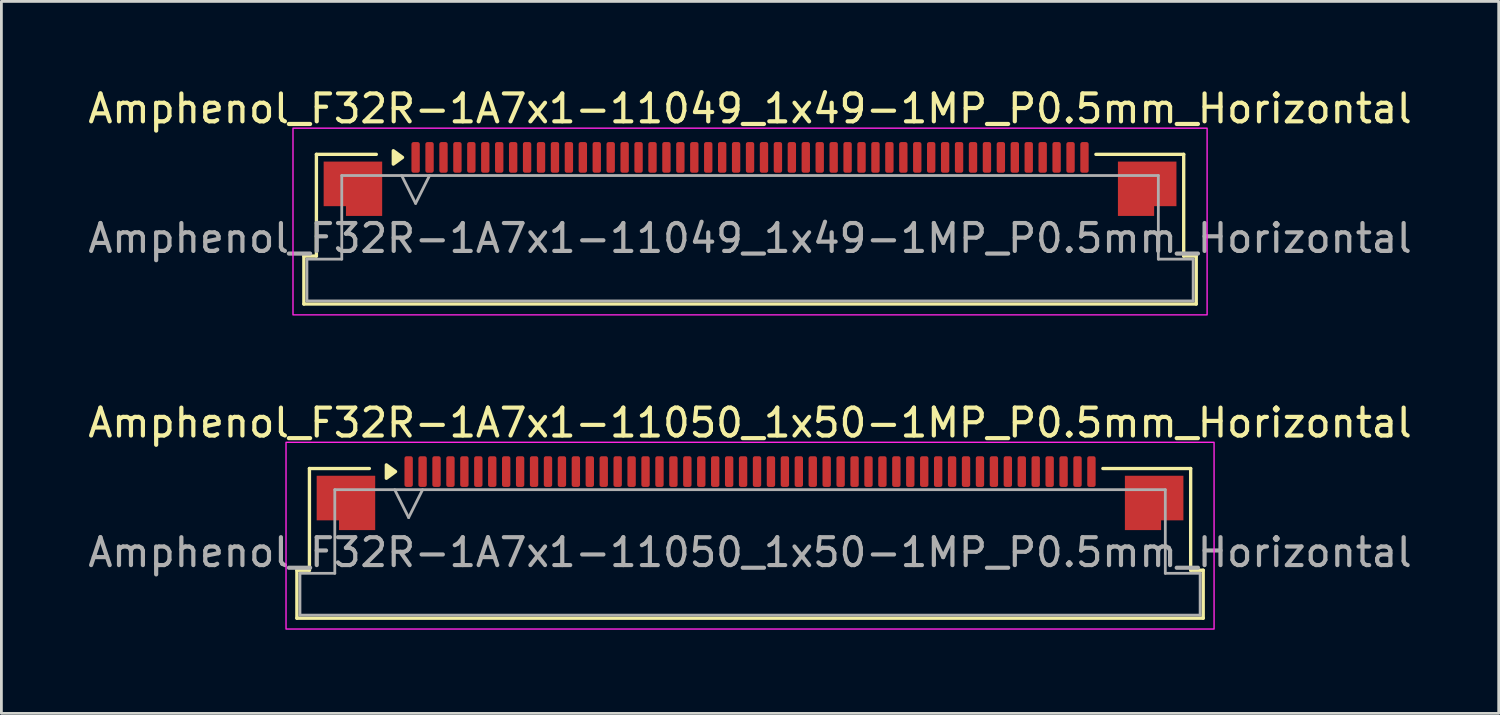
<source format=kicad_pcb>
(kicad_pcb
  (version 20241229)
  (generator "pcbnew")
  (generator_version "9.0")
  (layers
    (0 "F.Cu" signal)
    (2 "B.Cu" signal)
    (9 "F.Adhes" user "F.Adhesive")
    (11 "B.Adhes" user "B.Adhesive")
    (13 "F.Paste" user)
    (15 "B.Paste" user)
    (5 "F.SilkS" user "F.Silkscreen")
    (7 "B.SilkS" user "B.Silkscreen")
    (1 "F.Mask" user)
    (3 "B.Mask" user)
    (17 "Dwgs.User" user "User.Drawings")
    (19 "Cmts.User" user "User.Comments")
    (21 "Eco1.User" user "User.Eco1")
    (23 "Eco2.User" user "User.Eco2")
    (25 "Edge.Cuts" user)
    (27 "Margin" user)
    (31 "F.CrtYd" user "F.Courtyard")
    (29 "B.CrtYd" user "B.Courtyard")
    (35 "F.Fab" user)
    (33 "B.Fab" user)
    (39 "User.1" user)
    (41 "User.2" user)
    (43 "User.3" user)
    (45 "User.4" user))
  (footprint "Amphenol_F32R-1A7x1-11049_1x49-1MP_P0.5mm_Horizontal"
    (layer "F.Cu")
    (at 23.863 5.498)
    (property "Reference" "Amphenol_F32R-1A7x1-11049_1x49-1MP_P0.5mm_Horizontal" (at 0 -4.65 0) (layer "F.SilkS") (effects (font (size 1 1) (thickness 0.15))))
    (attr smd)
    (fp_line (start -16.01 0.64) (end -15.56 0.64) (stroke (width 0.12) (type solid)) (layer "F.SilkS"))
    (fp_line (start -16.01 2.36) (end -16.01 0.64) (stroke (width 0.12) (type solid)) (layer "F.SilkS"))
    (fp_line (start -15.56 -3.01) (end -13.41 -3.01) (stroke (width 0.12) (type solid)) (layer "F.SilkS"))
    (fp_line (start -15.56 0.64) (end -15.56 -3.01) (stroke (width 0.12) (type solid)) (layer "F.SilkS"))
    (fp_line (start 12.41 -3.01) (end 15.56 -3.01) (stroke (width 0.12) (type solid)) (layer "F.SilkS"))
    (fp_line (start 15.56 -3.01) (end 15.56 0.64) (stroke (width 0.12) (type solid)) (layer "F.SilkS"))
    (fp_line (start 15.56 0.64) (end 16.01 0.64) (stroke (width 0.12) (type solid)) (layer "F.SilkS"))
    (fp_line (start 16.01 0.64) (end 16.01 2.36) (stroke (width 0.12) (type solid)) (layer "F.SilkS"))
    (fp_line (start 16.01 2.36) (end -16.01 2.36) (stroke (width 0.12) (type solid)) (layer "F.SilkS"))
    (fp_poly (pts (xy -12.47 -2.9) (xy -12.8 -2.66) (xy -12.8 -3.14)) (stroke (width 0.12) (type solid)) (fill yes) (layer "F.SilkS"))
    (fp_rect (start -16.4 -3.95) (end 16.4 2.75) (stroke (width 0.05) (type solid)) (fill no) (layer "F.CrtYd"))
    (fp_line (start -15.9 0.75) (end -14.65 0.75) (stroke (width 0.1) (type solid)) (layer "F.Fab"))
    (fp_line (start -15.9 2.25) (end -15.9 0.75) (stroke (width 0.1) (type solid)) (layer "F.Fab"))
    (fp_line (start -14.65 -2.25) (end 14.65 -2.25) (stroke (width 0.1) (type solid)) (layer "F.Fab"))
    (fp_line (start -14.65 0.75) (end -14.65 -2.25) (stroke (width 0.1) (type solid)) (layer "F.Fab"))
    (fp_line (start -12.5 -2.25) (end -12 -1.25) (stroke (width 0.1) (type solid)) (layer "F.Fab"))
    (fp_line (start -12 -1.25) (end -11.5 -2.25) (stroke (width 0.1) (type solid)) (layer "F.Fab"))
    (fp_line (start 14.65 -2.25) (end 14.65 0.75) (stroke (width 0.1) (type solid)) (layer "F.Fab"))
    (fp_line (start 14.65 0.75) (end 15.9 0.75) (stroke (width 0.1) (type solid)) (layer "F.Fab"))
    (fp_line (start 15.9 0.75) (end 15.9 2.25) (stroke (width 0.1) (type solid)) (layer "F.Fab"))
    (fp_line (start 15.9 2.25) (end -15.9 2.25) (stroke (width 0.1) (type solid)) (layer "F.Fab"))
    (fp_text user "${REFERENCE}" (at 0 0 0) (layer "F.Fab") (effects (font (size 1 1) (thickness 0.15))))
    (pad "1" smd roundrect (at -12 -2.9) (size 0.3 1.1) (layers "F.Cu" "F.Mask" "F.Paste") (roundrect_rratio 0.25))
    (pad "2" smd roundrect (at -11.5 -2.9) (size 0.3 1.1) (layers "F.Cu" "F.Mask" "F.Paste") (roundrect_rratio 0.25))
    (pad "3" smd roundrect (at -11 -2.9) (size 0.3 1.1) (layers "F.Cu" "F.Mask" "F.Paste") (roundrect_rratio 0.25))
    (pad "4" smd roundrect (at -10.5 -2.9) (size 0.3 1.1) (layers "F.Cu" "F.Mask" "F.Paste") (roundrect_rratio 0.25))
    (pad "5" smd roundrect (at -10 -2.9) (size 0.3 1.1) (layers "F.Cu" "F.Mask" "F.Paste") (roundrect_rratio 0.25))
    (pad "6" smd roundrect (at -9.5 -2.9) (size 0.3 1.1) (layers "F.Cu" "F.Mask" "F.Paste") (roundrect_rratio 0.25))
    (pad "7" smd roundrect (at -9 -2.9) (size 0.3 1.1) (layers "F.Cu" "F.Mask" "F.Paste") (roundrect_rratio 0.25))
    (pad "8" smd roundrect (at -8.5 -2.9) (size 0.3 1.1) (layers "F.Cu" "F.Mask" "F.Paste") (roundrect_rratio 0.25))
    (pad "9" smd roundrect (at -8 -2.9) (size 0.3 1.1) (layers "F.Cu" "F.Mask" "F.Paste") (roundrect_rratio 0.25))
    (pad "10" smd roundrect (at -7.5 -2.9) (size 0.3 1.1) (layers "F.Cu" "F.Mask" "F.Paste") (roundrect_rratio 0.25))
    (pad "11" smd roundrect (at -7 -2.9) (size 0.3 1.1) (layers "F.Cu" "F.Mask" "F.Paste") (roundrect_rratio 0.25))
    (pad "12" smd roundrect (at -6.5 -2.9) (size 0.3 1.1) (layers "F.Cu" "F.Mask" "F.Paste") (roundrect_rratio 0.25))
    (pad "13" smd roundrect (at -6 -2.9) (size 0.3 1.1) (layers "F.Cu" "F.Mask" "F.Paste") (roundrect_rratio 0.25))
    (pad "14" smd roundrect (at -5.5 -2.9) (size 0.3 1.1) (layers "F.Cu" "F.Mask" "F.Paste") (roundrect_rratio 0.25))
    (pad "15" smd roundrect (at -5 -2.9) (size 0.3 1.1) (layers "F.Cu" "F.Mask" "F.Paste") (roundrect_rratio 0.25))
    (pad "16" smd roundrect (at -4.5 -2.9) (size 0.3 1.1) (layers "F.Cu" "F.Mask" "F.Paste") (roundrect_rratio 0.25))
    (pad "17" smd roundrect (at -4 -2.9) (size 0.3 1.1) (layers "F.Cu" "F.Mask" "F.Paste") (roundrect_rratio 0.25))
    (pad "18" smd roundrect (at -3.5 -2.9) (size 0.3 1.1) (layers "F.Cu" "F.Mask" "F.Paste") (roundrect_rratio 0.25))
    (pad "19" smd roundrect (at -3 -2.9) (size 0.3 1.1) (layers "F.Cu" "F.Mask" "F.Paste") (roundrect_rratio 0.25))
    (pad "20" smd roundrect (at -2.5 -2.9) (size 0.3 1.1) (layers "F.Cu" "F.Mask" "F.Paste") (roundrect_rratio 0.25))
    (pad "21" smd roundrect (at -2 -2.9) (size 0.3 1.1) (layers "F.Cu" "F.Mask" "F.Paste") (roundrect_rratio 0.25))
    (pad "22" smd roundrect (at -1.5 -2.9) (size 0.3 1.1) (layers "F.Cu" "F.Mask" "F.Paste") (roundrect_rratio 0.25))
    (pad "23" smd roundrect (at -1 -2.9) (size 0.3 1.1) (layers "F.Cu" "F.Mask" "F.Paste") (roundrect_rratio 0.25))
    (pad "24" smd roundrect (at -0.5 -2.9) (size 0.3 1.1) (layers "F.Cu" "F.Mask" "F.Paste") (roundrect_rratio 0.25))
    (pad "25" smd roundrect (at 0 -2.9) (size 0.3 1.1) (layers "F.Cu" "F.Mask" "F.Paste") (roundrect_rratio 0.25))
    (pad "26" smd roundrect (at 0.5 -2.9) (size 0.3 1.1) (layers "F.Cu" "F.Mask" "F.Paste") (roundrect_rratio 0.25))
    (pad "27" smd roundrect (at 1 -2.9) (size 0.3 1.1) (layers "F.Cu" "F.Mask" "F.Paste") (roundrect_rratio 0.25))
    (pad "28" smd roundrect (at 1.5 -2.9) (size 0.3 1.1) (layers "F.Cu" "F.Mask" "F.Paste") (roundrect_rratio 0.25))
    (pad "29" smd roundrect (at 2 -2.9) (size 0.3 1.1) (layers "F.Cu" "F.Mask" "F.Paste") (roundrect_rratio 0.25))
    (pad "30" smd roundrect (at 2.5 -2.9) (size 0.3 1.1) (layers "F.Cu" "F.Mask" "F.Paste") (roundrect_rratio 0.25))
    (pad "31" smd roundrect (at 3 -2.9) (size 0.3 1.1) (layers "F.Cu" "F.Mask" "F.Paste") (roundrect_rratio 0.25))
    (pad "32" smd roundrect (at 3.5 -2.9) (size 0.3 1.1) (layers "F.Cu" "F.Mask" "F.Paste") (roundrect_rratio 0.25))
    (pad "33" smd roundrect (at 4 -2.9) (size 0.3 1.1) (layers "F.Cu" "F.Mask" "F.Paste") (roundrect_rratio 0.25))
    (pad "34" smd roundrect (at 4.5 -2.9) (size 0.3 1.1) (layers "F.Cu" "F.Mask" "F.Paste") (roundrect_rratio 0.25))
    (pad "35" smd roundrect (at 5 -2.9) (size 0.3 1.1) (layers "F.Cu" "F.Mask" "F.Paste") (roundrect_rratio 0.25))
    (pad "36" smd roundrect (at 5.5 -2.9) (size 0.3 1.1) (layers "F.Cu" "F.Mask" "F.Paste") (roundrect_rratio 0.25))
    (pad "37" smd roundrect (at 6 -2.9) (size 0.3 1.1) (layers "F.Cu" "F.Mask" "F.Paste") (roundrect_rratio 0.25))
    (pad "38" smd roundrect (at 6.5 -2.9) (size 0.3 1.1) (layers "F.Cu" "F.Mask" "F.Paste") (roundrect_rratio 0.25))
    (pad "39" smd roundrect (at 7 -2.9) (size 0.3 1.1) (layers "F.Cu" "F.Mask" "F.Paste") (roundrect_rratio 0.25))
    (pad "40" smd roundrect (at 7.5 -2.9) (size 0.3 1.1) (layers "F.Cu" "F.Mask" "F.Paste") (roundrect_rratio 0.25))
    (pad "41" smd roundrect (at 8 -2.9) (size 0.3 1.1) (layers "F.Cu" "F.Mask" "F.Paste") (roundrect_rratio 0.25))
    (pad "42" smd roundrect (at 8.5 -2.9) (size 0.3 1.1) (layers "F.Cu" "F.Mask" "F.Paste") (roundrect_rratio 0.25))
    (pad "43" smd roundrect (at 9 -2.9) (size 0.3 1.1) (layers "F.Cu" "F.Mask" "F.Paste") (roundrect_rratio 0.25))
    (pad "44" smd roundrect (at 9.5 -2.9) (size 0.3 1.1) (layers "F.Cu" "F.Mask" "F.Paste") (roundrect_rratio 0.25))
    (pad "45" smd roundrect (at 10 -2.9) (size 0.3 1.1) (layers "F.Cu" "F.Mask" "F.Paste") (roundrect_rratio 0.25))
    (pad "46" smd roundrect (at 10.5 -2.9) (size 0.3 1.1) (layers "F.Cu" "F.Mask" "F.Paste") (roundrect_rratio 0.25))
    (pad "47" smd roundrect (at 11 -2.9) (size 0.3 1.1) (layers "F.Cu" "F.Mask" "F.Paste") (roundrect_rratio 0.25))
    (pad "48" smd roundrect (at 11.5 -2.9) (size 0.3 1.1) (layers "F.Cu" "F.Mask" "F.Paste") (roundrect_rratio 0.25))
    (pad "49" smd roundrect (at 12 -2.9) (size 0.3 1.1) (layers "F.Cu" "F.Mask" "F.Paste") (roundrect_rratio 0.25))
    (pad "MP" smd custom (at -14.25 -1.775) (size 1 1) (layers "F.Cu" "F.Mask" "F.Paste") (options (anchor circle)) (primitives (gr_poly (pts (xy 1.05 -0.975) (xy 1.05 0.975) (xy -0.25 0.975) (xy -0.25 0.625) (xy -1.05 0.625) (xy -1.05 -0.975)) (width 0) (fill yes))))
    (pad "MP" smd custom (at 14.25 -1.775) (size 1 1) (layers "F.Cu" "F.Mask" "F.Paste") (options (anchor circle)) (primitives (gr_poly (pts (xy -1.05 -0.975) (xy -1.05 0.975) (xy 0.25 0.975) (xy 0.25 0.625) (xy 1.05 0.625) (xy 1.05 -0.975)) (width 0) (fill yes)))))
  (footprint "Amphenol_F32R-1A7x1-11050_1x50-1MP_P0.5mm_Horizontal"
    (layer "F.Cu")
    (at 23.863 16.771)
    (property "Reference" "Amphenol_F32R-1A7x1-11050_1x50-1MP_P0.5mm_Horizontal" (at 0 -4.65 0) (layer "F.SilkS") (effects (font (size 1 1) (thickness 0.15))))
    (attr smd)
    (fp_line (start -16.26 0.64) (end -15.81 0.64) (stroke (width 0.12) (type solid)) (layer "F.SilkS"))
    (fp_line (start -16.26 2.36) (end -16.26 0.64) (stroke (width 0.12) (type solid)) (layer "F.SilkS"))
    (fp_line (start -15.81 -3.01) (end -13.66 -3.01) (stroke (width 0.12) (type solid)) (layer "F.SilkS"))
    (fp_line (start -15.81 0.64) (end -15.81 -3.01) (stroke (width 0.12) (type solid)) (layer "F.SilkS"))
    (fp_line (start 12.66 -3.01) (end 15.81 -3.01) (stroke (width 0.12) (type solid)) (layer "F.SilkS"))
    (fp_line (start 15.81 -3.01) (end 15.81 0.64) (stroke (width 0.12) (type solid)) (layer "F.SilkS"))
    (fp_line (start 15.81 0.64) (end 16.26 0.64) (stroke (width 0.12) (type solid)) (layer "F.SilkS"))
    (fp_line (start 16.26 0.64) (end 16.26 2.36) (stroke (width 0.12) (type solid)) (layer "F.SilkS"))
    (fp_line (start 16.26 2.36) (end -16.26 2.36) (stroke (width 0.12) (type solid)) (layer "F.SilkS"))
    (fp_poly (pts (xy -12.72 -2.9) (xy -13.05 -2.66) (xy -13.05 -3.14)) (stroke (width 0.12) (type solid)) (fill yes) (layer "F.SilkS"))
    (fp_rect (start -16.65 -3.95) (end 16.65 2.75) (stroke (width 0.05) (type solid)) (fill no) (layer "F.CrtYd"))
    (fp_line (start -16.15 0.75) (end -14.9 0.75) (stroke (width 0.1) (type solid)) (layer "F.Fab"))
    (fp_line (start -16.15 2.25) (end -16.15 0.75) (stroke (width 0.1) (type solid)) (layer "F.Fab"))
    (fp_line (start -14.9 -2.25) (end 14.9 -2.25) (stroke (width 0.1) (type solid)) (layer "F.Fab"))
    (fp_line (start -14.9 0.75) (end -14.9 -2.25) (stroke (width 0.1) (type solid)) (layer "F.Fab"))
    (fp_line (start -12.75 -2.25) (end -12.25 -1.25) (stroke (width 0.1) (type solid)) (layer "F.Fab"))
    (fp_line (start -12.25 -1.25) (end -11.75 -2.25) (stroke (width 0.1) (type solid)) (layer "F.Fab"))
    (fp_line (start 14.9 -2.25) (end 14.9 0.75) (stroke (width 0.1) (type solid)) (layer "F.Fab"))
    (fp_line (start 14.9 0.75) (end 16.15 0.75) (stroke (width 0.1) (type solid)) (layer "F.Fab"))
    (fp_line (start 16.15 0.75) (end 16.15 2.25) (stroke (width 0.1) (type solid)) (layer "F.Fab"))
    (fp_line (start 16.15 2.25) (end -16.15 2.25) (stroke (width 0.1) (type solid)) (layer "F.Fab"))
    (fp_text user "${REFERENCE}" (at 0 0 0) (layer "F.Fab") (effects (font (size 1 1) (thickness 0.15))))
    (pad "1" smd roundrect (at -12.25 -2.9) (size 0.3 1.1) (layers "F.Cu" "F.Mask" "F.Paste") (roundrect_rratio 0.25))
    (pad "2" smd roundrect (at -11.75 -2.9) (size 0.3 1.1) (layers "F.Cu" "F.Mask" "F.Paste") (roundrect_rratio 0.25))
    (pad "3" smd roundrect (at -11.25 -2.9) (size 0.3 1.1) (layers "F.Cu" "F.Mask" "F.Paste") (roundrect_rratio 0.25))
    (pad "4" smd roundrect (at -10.75 -2.9) (size 0.3 1.1) (layers "F.Cu" "F.Mask" "F.Paste") (roundrect_rratio 0.25))
    (pad "5" smd roundrect (at -10.25 -2.9) (size 0.3 1.1) (layers "F.Cu" "F.Mask" "F.Paste") (roundrect_rratio 0.25))
    (pad "6" smd roundrect (at -9.75 -2.9) (size 0.3 1.1) (layers "F.Cu" "F.Mask" "F.Paste") (roundrect_rratio 0.25))
    (pad "7" smd roundrect (at -9.25 -2.9) (size 0.3 1.1) (layers "F.Cu" "F.Mask" "F.Paste") (roundrect_rratio 0.25))
    (pad "8" smd roundrect (at -8.75 -2.9) (size 0.3 1.1) (layers "F.Cu" "F.Mask" "F.Paste") (roundrect_rratio 0.25))
    (pad "9" smd roundrect (at -8.25 -2.9) (size 0.3 1.1) (layers "F.Cu" "F.Mask" "F.Paste") (roundrect_rratio 0.25))
    (pad "10" smd roundrect (at -7.75 -2.9) (size 0.3 1.1) (layers "F.Cu" "F.Mask" "F.Paste") (roundrect_rratio 0.25))
    (pad "11" smd roundrect (at -7.25 -2.9) (size 0.3 1.1) (layers "F.Cu" "F.Mask" "F.Paste") (roundrect_rratio 0.25))
    (pad "12" smd roundrect (at -6.75 -2.9) (size 0.3 1.1) (layers "F.Cu" "F.Mask" "F.Paste") (roundrect_rratio 0.25))
    (pad "13" smd roundrect (at -6.25 -2.9) (size 0.3 1.1) (layers "F.Cu" "F.Mask" "F.Paste") (roundrect_rratio 0.25))
    (pad "14" smd roundrect (at -5.75 -2.9) (size 0.3 1.1) (layers "F.Cu" "F.Mask" "F.Paste") (roundrect_rratio 0.25))
    (pad "15" smd roundrect (at -5.25 -2.9) (size 0.3 1.1) (layers "F.Cu" "F.Mask" "F.Paste") (roundrect_rratio 0.25))
    (pad "16" smd roundrect (at -4.75 -2.9) (size 0.3 1.1) (layers "F.Cu" "F.Mask" "F.Paste") (roundrect_rratio 0.25))
    (pad "17" smd roundrect (at -4.25 -2.9) (size 0.3 1.1) (layers "F.Cu" "F.Mask" "F.Paste") (roundrect_rratio 0.25))
    (pad "18" smd roundrect (at -3.75 -2.9) (size 0.3 1.1) (layers "F.Cu" "F.Mask" "F.Paste") (roundrect_rratio 0.25))
    (pad "19" smd roundrect (at -3.25 -2.9) (size 0.3 1.1) (layers "F.Cu" "F.Mask" "F.Paste") (roundrect_rratio 0.25))
    (pad "20" smd roundrect (at -2.75 -2.9) (size 0.3 1.1) (layers "F.Cu" "F.Mask" "F.Paste") (roundrect_rratio 0.25))
    (pad "21" smd roundrect (at -2.25 -2.9) (size 0.3 1.1) (layers "F.Cu" "F.Mask" "F.Paste") (roundrect_rratio 0.25))
    (pad "22" smd roundrect (at -1.75 -2.9) (size 0.3 1.1) (layers "F.Cu" "F.Mask" "F.Paste") (roundrect_rratio 0.25))
    (pad "23" smd roundrect (at -1.25 -2.9) (size 0.3 1.1) (layers "F.Cu" "F.Mask" "F.Paste") (roundrect_rratio 0.25))
    (pad "24" smd roundrect (at -0.75 -2.9) (size 0.3 1.1) (layers "F.Cu" "F.Mask" "F.Paste") (roundrect_rratio 0.25))
    (pad "25" smd roundrect (at -0.25 -2.9) (size 0.3 1.1) (layers "F.Cu" "F.Mask" "F.Paste") (roundrect_rratio 0.25))
    (pad "26" smd roundrect (at 0.25 -2.9) (size 0.3 1.1) (layers "F.Cu" "F.Mask" "F.Paste") (roundrect_rratio 0.25))
    (pad "27" smd roundrect (at 0.75 -2.9) (size 0.3 1.1) (layers "F.Cu" "F.Mask" "F.Paste") (roundrect_rratio 0.25))
    (pad "28" smd roundrect (at 1.25 -2.9) (size 0.3 1.1) (layers "F.Cu" "F.Mask" "F.Paste") (roundrect_rratio 0.25))
    (pad "29" smd roundrect (at 1.75 -2.9) (size 0.3 1.1) (layers "F.Cu" "F.Mask" "F.Paste") (roundrect_rratio 0.25))
    (pad "30" smd roundrect (at 2.25 -2.9) (size 0.3 1.1) (layers "F.Cu" "F.Mask" "F.Paste") (roundrect_rratio 0.25))
    (pad "31" smd roundrect (at 2.75 -2.9) (size 0.3 1.1) (layers "F.Cu" "F.Mask" "F.Paste") (roundrect_rratio 0.25))
    (pad "32" smd roundrect (at 3.25 -2.9) (size 0.3 1.1) (layers "F.Cu" "F.Mask" "F.Paste") (roundrect_rratio 0.25))
    (pad "33" smd roundrect (at 3.75 -2.9) (size 0.3 1.1) (layers "F.Cu" "F.Mask" "F.Paste") (roundrect_rratio 0.25))
    (pad "34" smd roundrect (at 4.25 -2.9) (size 0.3 1.1) (layers "F.Cu" "F.Mask" "F.Paste") (roundrect_rratio 0.25))
    (pad "35" smd roundrect (at 4.75 -2.9) (size 0.3 1.1) (layers "F.Cu" "F.Mask" "F.Paste") (roundrect_rratio 0.25))
    (pad "36" smd roundrect (at 5.25 -2.9) (size 0.3 1.1) (layers "F.Cu" "F.Mask" "F.Paste") (roundrect_rratio 0.25))
    (pad "37" smd roundrect (at 5.75 -2.9) (size 0.3 1.1) (layers "F.Cu" "F.Mask" "F.Paste") (roundrect_rratio 0.25))
    (pad "38" smd roundrect (at 6.25 -2.9) (size 0.3 1.1) (layers "F.Cu" "F.Mask" "F.Paste") (roundrect_rratio 0.25))
    (pad "39" smd roundrect (at 6.75 -2.9) (size 0.3 1.1) (layers "F.Cu" "F.Mask" "F.Paste") (roundrect_rratio 0.25))
    (pad "40" smd roundrect (at 7.25 -2.9) (size 0.3 1.1) (layers "F.Cu" "F.Mask" "F.Paste") (roundrect_rratio 0.25))
    (pad "41" smd roundrect (at 7.75 -2.9) (size 0.3 1.1) (layers "F.Cu" "F.Mask" "F.Paste") (roundrect_rratio 0.25))
    (pad "42" smd roundrect (at 8.25 -2.9) (size 0.3 1.1) (layers "F.Cu" "F.Mask" "F.Paste") (roundrect_rratio 0.25))
    (pad "43" smd roundrect (at 8.75 -2.9) (size 0.3 1.1) (layers "F.Cu" "F.Mask" "F.Paste") (roundrect_rratio 0.25))
    (pad "44" smd roundrect (at 9.25 -2.9) (size 0.3 1.1) (layers "F.Cu" "F.Mask" "F.Paste") (roundrect_rratio 0.25))
    (pad "45" smd roundrect (at 9.75 -2.9) (size 0.3 1.1) (layers "F.Cu" "F.Mask" "F.Paste") (roundrect_rratio 0.25))
    (pad "46" smd roundrect (at 10.25 -2.9) (size 0.3 1.1) (layers "F.Cu" "F.Mask" "F.Paste") (roundrect_rratio 0.25))
    (pad "47" smd roundrect (at 10.75 -2.9) (size 0.3 1.1) (layers "F.Cu" "F.Mask" "F.Paste") (roundrect_rratio 0.25))
    (pad "48" smd roundrect (at 11.25 -2.9) (size 0.3 1.1) (layers "F.Cu" "F.Mask" "F.Paste") (roundrect_rratio 0.25))
    (pad "49" smd roundrect (at 11.75 -2.9) (size 0.3 1.1) (layers "F.Cu" "F.Mask" "F.Paste") (roundrect_rratio 0.25))
    (pad "50" smd roundrect (at 12.25 -2.9) (size 0.3 1.1) (layers "F.Cu" "F.Mask" "F.Paste") (roundrect_rratio 0.25))
    (pad "MP" smd custom (at -14.5 -1.775) (size 1 1) (layers "F.Cu" "F.Mask" "F.Paste") (options (anchor circle)) (primitives (gr_poly (pts (xy 1.05 -0.975) (xy 1.05 0.975) (xy -0.25 0.975) (xy -0.25 0.625) (xy -1.05 0.625) (xy -1.05 -0.975)) (width 0) (fill yes))))
    (pad "MP" smd custom (at 14.5 -1.775) (size 1 1) (layers "F.Cu" "F.Mask" "F.Paste") (options (anchor circle)) (primitives (gr_poly (pts (xy -1.05 -0.975) (xy -1.05 0.975) (xy 0.25 0.975) (xy 0.25 0.625) (xy 1.05 0.625) (xy 1.05 -0.975)) (width 0) (fill yes)))))
  (gr_rect
    (start -3 -3)
    (end 50.726 22.547)
    (stroke (width 0.1) (type default))
    (fill no)
    (layer "Edge.Cuts")))
</source>
